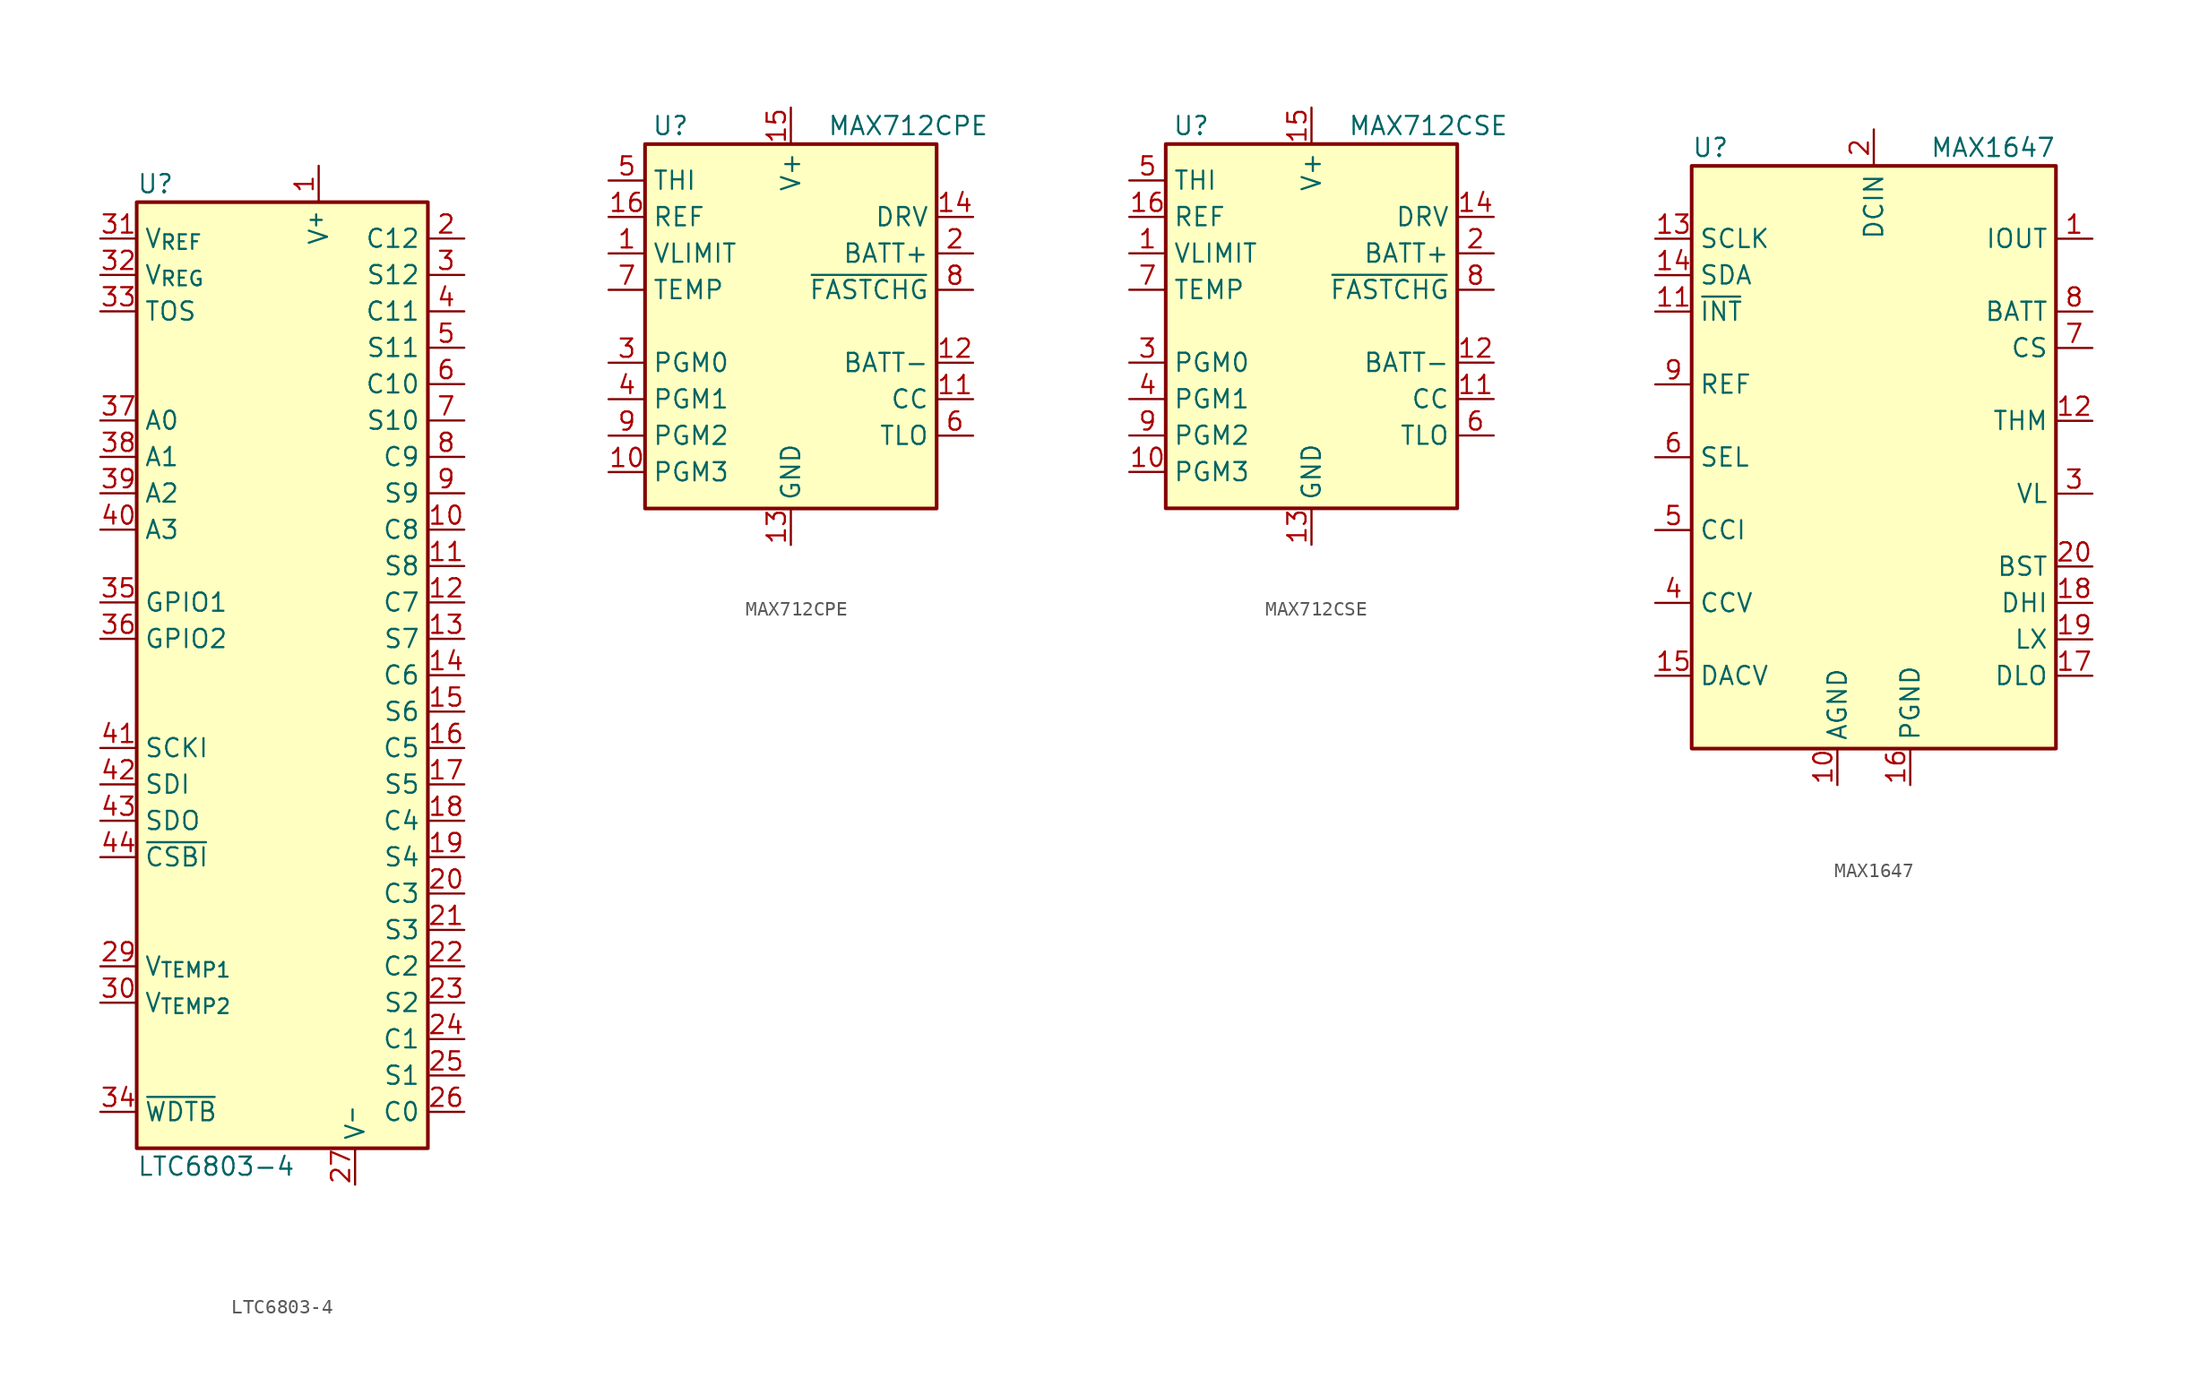
<source format=kicad_sym>
(kicad_symbol_lib
  (version 20241209)
  (generator "kicad_symbol_editor")
  (generator_version "9.0")
  (symbol "LTC6803-4"
    (property "Reference" "U"
      (at -10.16 34.29 0)
      (effects (font (size 1.27 1.27)) (justify left)))
    (property "Value" "LTC6803-4"
      (at -10.16 -34.29 0)
      (effects (font (size 1.27 1.27)) (justify left)))
    (symbol "LTC6803-4_0_1"
      (rectangle (start 10.16 -33.02) (end -10.16 33.02) (stroke (width 0.254) (type default)) (fill (type background))))
    (symbol "LTC6803-4_1_1"
      (pin input line (at -12.7 30.48 0) (length 2.54) (name "V_{REF}" (effects (font (size 1.27 1.27)))) (number "31" (effects (font (size 1.27 1.27)))))
      (pin input line (at -12.7 27.94 0) (length 2.54) (name "V_{REG}" (effects (font (size 1.27 1.27)))) (number "32" (effects (font (size 1.27 1.27)))))
      (pin input line (at -12.7 25.4 0) (length 2.54) (name "TOS" (effects (font (size 1.27 1.27)))) (number "33" (effects (font (size 1.27 1.27)))))
      (pin input line (at -12.7 17.78 0) (length 2.54) (name "A0" (effects (font (size 1.27 1.27)))) (number "37" (effects (font (size 1.27 1.27)))))
      (pin input line (at -12.7 15.24 0) (length 2.54) (name "A1" (effects (font (size 1.27 1.27)))) (number "38" (effects (font (size 1.27 1.27)))))
      (pin input line (at -12.7 12.7 0) (length 2.54) (name "A2" (effects (font (size 1.27 1.27)))) (number "39" (effects (font (size 1.27 1.27)))))
      (pin input line (at -12.7 10.16 0) (length 2.54) (name "A3" (effects (font (size 1.27 1.27)))) (number "40" (effects (font (size 1.27 1.27)))))
      (pin input line (at -12.7 5.08 0) (length 2.54) (name "GPIO1" (effects (font (size 1.27 1.27)))) (number "35" (effects (font (size 1.27 1.27)))))
      (pin input line (at -12.7 2.54 0) (length 2.54) (name "GPIO2" (effects (font (size 1.27 1.27)))) (number "36" (effects (font (size 1.27 1.27)))))
      (pin input line (at -12.7 -5.08 0) (length 2.54) (name "SCKI" (effects (font (size 1.27 1.27)))) (number "41" (effects (font (size 1.27 1.27)))))
      (pin input line (at -12.7 -7.62 0) (length 2.54) (name "SDI" (effects (font (size 1.27 1.27)))) (number "42" (effects (font (size 1.27 1.27)))))
      (pin open_collector line (at -12.7 -10.16 0) (length 2.54) (name "SDO" (effects (font (size 1.27 1.27)))) (number "43" (effects (font (size 1.27 1.27)))))
      (pin input line (at -12.7 -12.7 0) (length 2.54) (name "~{CSBI}" (effects (font (size 1.27 1.27)))) (number "44" (effects (font (size 1.27 1.27)))))
      (pin input line (at -12.7 -20.32 0) (length 2.54) (name "V_{TEMP1}" (effects (font (size 1.27 1.27)))) (number "29" (effects (font (size 1.27 1.27)))))
      (pin input line (at -12.7 -22.86 0) (length 2.54) (name "V_{TEMP2}" (effects (font (size 1.27 1.27)))) (number "30" (effects (font (size 1.27 1.27)))))
      (pin open_collector line (at -12.7 -30.48 0) (length 2.54) (name "~{WDTB}" (effects (font (size 1.27 1.27)))) (number "34" (effects (font (size 1.27 1.27)))))
      (pin no_connect line (at 0 33.02 270) (length 2.54) (hide yes) (name "NC" (effects (font (size 1.27 1.27)))) (number "28" (effects (font (size 1.27 1.27)))))
      (pin input line (at 2.54 35.56 270) (length 2.54) (name "V^{+}" (effects (font (size 1.27 1.27)))) (number "1" (effects (font (size 1.27 1.27)))))
      (pin input line (at 5.08 -35.56 90) (length 2.54) (name "V^{-}" (effects (font (size 1.27 1.27)))) (number "27" (effects (font (size 1.27 1.27)))))
      (pin input line (at 12.7 30.48 180) (length 2.54) (name "C12" (effects (font (size 1.27 1.27)))) (number "2" (effects (font (size 1.27 1.27)))))
      (pin input line (at 12.7 27.94 180) (length 2.54) (name "S12" (effects (font (size 1.27 1.27)))) (number "3" (effects (font (size 1.27 1.27)))))
      (pin input line (at 12.7 25.4 180) (length 2.54) (name "C11" (effects (font (size 1.27 1.27)))) (number "4" (effects (font (size 1.27 1.27)))))
      (pin input line (at 12.7 22.86 180) (length 2.54) (name "S11" (effects (font (size 1.27 1.27)))) (number "5" (effects (font (size 1.27 1.27)))))
      (pin input line (at 12.7 20.32 180) (length 2.54) (name "C10" (effects (font (size 1.27 1.27)))) (number "6" (effects (font (size 1.27 1.27)))))
      (pin input line (at 12.7 17.78 180) (length 2.54) (name "S10" (effects (font (size 1.27 1.27)))) (number "7" (effects (font (size 1.27 1.27)))))
      (pin input line (at 12.7 15.24 180) (length 2.54) (name "C9" (effects (font (size 1.27 1.27)))) (number "8" (effects (font (size 1.27 1.27)))))
      (pin input line (at 12.7 12.7 180) (length 2.54) (name "S9" (effects (font (size 1.27 1.27)))) (number "9" (effects (font (size 1.27 1.27)))))
      (pin input line (at 12.7 10.16 180) (length 2.54) (name "C8" (effects (font (size 1.27 1.27)))) (number "10" (effects (font (size 1.27 1.27)))))
      (pin input line (at 12.7 7.62 180) (length 2.54) (name "S8" (effects (font (size 1.27 1.27)))) (number "11" (effects (font (size 1.27 1.27)))))
      (pin input line (at 12.7 5.08 180) (length 2.54) (name "C7" (effects (font (size 1.27 1.27)))) (number "12" (effects (font (size 1.27 1.27)))))
      (pin input line (at 12.7 2.54 180) (length 2.54) (name "S7" (effects (font (size 1.27 1.27)))) (number "13" (effects (font (size 1.27 1.27)))))
      (pin input line (at 12.7 0 180) (length 2.54) (name "C6" (effects (font (size 1.27 1.27)))) (number "14" (effects (font (size 1.27 1.27)))))
      (pin input line (at 12.7 -2.54 180) (length 2.54) (name "S6" (effects (font (size 1.27 1.27)))) (number "15" (effects (font (size 1.27 1.27)))))
      (pin input line (at 12.7 -5.08 180) (length 2.54) (name "C5" (effects (font (size 1.27 1.27)))) (number "16" (effects (font (size 1.27 1.27)))))
      (pin input line (at 12.7 -7.62 180) (length 2.54) (name "S5" (effects (font (size 1.27 1.27)))) (number "17" (effects (font (size 1.27 1.27)))))
      (pin input line (at 12.7 -10.16 180) (length 2.54) (name "C4" (effects (font (size 1.27 1.27)))) (number "18" (effects (font (size 1.27 1.27)))))
      (pin input line (at 12.7 -12.7 180) (length 2.54) (name "S4" (effects (font (size 1.27 1.27)))) (number "19" (effects (font (size 1.27 1.27)))))
      (pin input line (at 12.7 -15.24 180) (length 2.54) (name "C3" (effects (font (size 1.27 1.27)))) (number "20" (effects (font (size 1.27 1.27)))))
      (pin input line (at 12.7 -17.78 180) (length 2.54) (name "S3" (effects (font (size 1.27 1.27)))) (number "21" (effects (font (size 1.27 1.27)))))
      (pin input line (at 12.7 -20.32 180) (length 2.54) (name "C2" (effects (font (size 1.27 1.27)))) (number "22" (effects (font (size 1.27 1.27)))))
      (pin input line (at 12.7 -22.86 180) (length 2.54) (name "S2" (effects (font (size 1.27 1.27)))) (number "23" (effects (font (size 1.27 1.27)))))
      (pin input line (at 12.7 -25.4 180) (length 2.54) (name "C1" (effects (font (size 1.27 1.27)))) (number "24" (effects (font (size 1.27 1.27)))))
      (pin input line (at 12.7 -27.94 180) (length 2.54) (name "S1" (effects (font (size 1.27 1.27)))) (number "25" (effects (font (size 1.27 1.27)))))
      (pin input line (at 12.7 -30.48 180) (length 2.54) (name "C0" (effects (font (size 1.27 1.27)))) (number "26" (effects (font (size 1.27 1.27)))))))
  (symbol "MAX712CPE"
    (property "Reference" "U"
      (at -8.382 13.97 0)
      (effects (font (size 1.27 1.27))))
    (property "Value" "MAX712CPE"
      (at 2.54 13.97 0)
      (effects (font (size 1.27 1.27)) (justify left)))
    (symbol "MAX712CPE_0_1"
      (rectangle (start -10.16 12.7) (end 10.16 -12.7) (stroke (width 0.254) (type default)) (fill (type background))))
    (symbol "MAX712CPE_1_1"
      (pin input line (at -12.7 10.16 0) (length 2.54) (name "THI" (effects (font (size 1.27 1.27)))) (number "5" (effects (font (size 1.27 1.27)))))
      (pin power_in line (at -12.7 7.62 0) (length 2.54) (name "REF" (effects (font (size 1.27 1.27)))) (number "16" (effects (font (size 1.27 1.27)))))
      (pin input line (at -12.7 5.08 0) (length 2.54) (name "VLIMIT" (effects (font (size 1.27 1.27)))) (number "1" (effects (font (size 1.27 1.27)))))
      (pin input line (at -12.7 2.54 0) (length 2.54) (name "TEMP" (effects (font (size 1.27 1.27)))) (number "7" (effects (font (size 1.27 1.27)))))
      (pin input line (at -12.7 -2.54 0) (length 2.54) (name "PGM0" (effects (font (size 1.27 1.27)))) (number "3" (effects (font (size 1.27 1.27)))))
      (pin input line (at -12.7 -5.08 0) (length 2.54) (name "PGM1" (effects (font (size 1.27 1.27)))) (number "4" (effects (font (size 1.27 1.27)))))
      (pin input line (at -12.7 -7.62 0) (length 2.54) (name "PGM2" (effects (font (size 1.27 1.27)))) (number "9" (effects (font (size 1.27 1.27)))))
      (pin input line (at -12.7 -10.16 0) (length 2.54) (name "PGM3" (effects (font (size 1.27 1.27)))) (number "10" (effects (font (size 1.27 1.27)))))
      (pin power_in line (at 0 15.24 270) (length 2.54) (name "V+" (effects (font (size 1.27 1.27)))) (number "15" (effects (font (size 1.27 1.27)))))
      (pin power_in line (at 0 -15.24 90) (length 2.54) (name "GND" (effects (font (size 1.27 1.27)))) (number "13" (effects (font (size 1.27 1.27)))))
      (pin output line (at 12.7 7.62 180) (length 2.54) (name "DRV" (effects (font (size 1.27 1.27)))) (number "14" (effects (font (size 1.27 1.27)))))
      (pin input line (at 12.7 5.08 180) (length 2.54) (name "BATT+" (effects (font (size 1.27 1.27)))) (number "2" (effects (font (size 1.27 1.27)))))
      (pin open_collector line (at 12.7 2.54 180) (length 2.54) (name "~{FASTCHG}" (effects (font (size 1.27 1.27)))) (number "8" (effects (font (size 1.27 1.27)))))
      (pin input line (at 12.7 -2.54 180) (length 2.54) (name "BATT-" (effects (font (size 1.27 1.27)))) (number "12" (effects (font (size 1.27 1.27)))))
      (pin input line (at 12.7 -5.08 180) (length 2.54) (name "CC" (effects (font (size 1.27 1.27)))) (number "11" (effects (font (size 1.27 1.27)))))
      (pin input line (at 12.7 -7.62 180) (length 2.54) (name "TLO" (effects (font (size 1.27 1.27)))) (number "6" (effects (font (size 1.27 1.27)))))))
  (symbol "MAX712CSE"
    (property "Reference" "U"
      (at -8.382 13.97 0)
      (effects (font (size 1.27 1.27))))
    (property "Value" "MAX712CSE"
      (at 2.54 13.97 0)
      (effects (font (size 1.27 1.27)) (justify left)))
    (symbol "MAX712CSE_0_1"
      (rectangle (start -10.16 12.7) (end 10.16 -12.7) (stroke (width 0.254) (type default)) (fill (type background))))
    (symbol "MAX712CSE_1_1"
      (pin input line (at -12.7 10.16 0) (length 2.54) (name "THI" (effects (font (size 1.27 1.27)))) (number "5" (effects (font (size 1.27 1.27)))))
      (pin power_in line (at -12.7 7.62 0) (length 2.54) (name "REF" (effects (font (size 1.27 1.27)))) (number "16" (effects (font (size 1.27 1.27)))))
      (pin input line (at -12.7 5.08 0) (length 2.54) (name "VLIMIT" (effects (font (size 1.27 1.27)))) (number "1" (effects (font (size 1.27 1.27)))))
      (pin input line (at -12.7 2.54 0) (length 2.54) (name "TEMP" (effects (font (size 1.27 1.27)))) (number "7" (effects (font (size 1.27 1.27)))))
      (pin power_out line (at -12.7 -2.54 0) (length 2.54) (name "PGM0" (effects (font (size 1.27 1.27)))) (number "3" (effects (font (size 1.27 1.27)))))
      (pin power_out line (at -12.7 -5.08 0) (length 2.54) (name "PGM1" (effects (font (size 1.27 1.27)))) (number "4" (effects (font (size 1.27 1.27)))))
      (pin input line (at -12.7 -7.62 0) (length 2.54) (name "PGM2" (effects (font (size 1.27 1.27)))) (number "9" (effects (font (size 1.27 1.27)))))
      (pin input line (at -12.7 -10.16 0) (length 2.54) (name "PGM3" (effects (font (size 1.27 1.27)))) (number "10" (effects (font (size 1.27 1.27)))))
      (pin power_in line (at 0 15.24 270) (length 2.54) (name "V+" (effects (font (size 1.27 1.27)))) (number "15" (effects (font (size 1.27 1.27)))))
      (pin power_in line (at 0 -15.24 90) (length 2.54) (name "GND" (effects (font (size 1.27 1.27)))) (number "13" (effects (font (size 1.27 1.27)))))
      (pin output line (at 12.7 7.62 180) (length 2.54) (name "DRV" (effects (font (size 1.27 1.27)))) (number "14" (effects (font (size 1.27 1.27)))))
      (pin power_out line (at 12.7 5.08 180) (length 2.54) (name "BATT+" (effects (font (size 1.27 1.27)))) (number "2" (effects (font (size 1.27 1.27)))))
      (pin open_collector line (at 12.7 2.54 180) (length 2.54) (name "~{FASTCHG}" (effects (font (size 1.27 1.27)))) (number "8" (effects (font (size 1.27 1.27)))))
      (pin input line (at 12.7 -2.54 180) (length 2.54) (name "BATT-" (effects (font (size 1.27 1.27)))) (number "12" (effects (font (size 1.27 1.27)))))
      (pin input line (at 12.7 -5.08 180) (length 2.54) (name "CC" (effects (font (size 1.27 1.27)))) (number "11" (effects (font (size 1.27 1.27)))))
      (pin input line (at 12.7 -7.62 180) (length 2.54) (name "TLO" (effects (font (size 1.27 1.27)))) (number "6" (effects (font (size 1.27 1.27)))))))
  (symbol "MAX1647"
    (property "Reference" "U"
      (at -12.7 21.59 0)
      (effects (font (size 1.27 1.27)) (justify left)))
    (property "Value" "MAX1647"
      (at 12.7 21.59 0)
      (effects (font (size 1.27 1.27)) (justify right)))
    (symbol "MAX1647_0_1"
      (rectangle (start -12.7 20.32) (end 12.7 -20.32) (stroke (width 0.254) (type default)) (fill (type background))))
    (symbol "MAX1647_1_1"
      (pin input line (at -15.24 15.24 0) (length 2.54) (name "SCLK" (effects (font (size 1.27 1.27)))) (number "13" (effects (font (size 1.27 1.27)))))
      (pin bidirectional line (at -15.24 12.7 0) (length 2.54) (name "SDA" (effects (font (size 1.27 1.27)))) (number "14" (effects (font (size 1.27 1.27)))))
      (pin open_collector line (at -15.24 10.16 0) (length 2.54) (name "~{INT}" (effects (font (size 1.27 1.27)))) (number "11" (effects (font (size 1.27 1.27)))))
      (pin bidirectional line (at -15.24 5.08 0) (length 2.54) (name "REF" (effects (font (size 1.27 1.27)))) (number "9" (effects (font (size 1.27 1.27)))))
      (pin input line (at -15.24 0 0) (length 2.54) (name "SEL" (effects (font (size 1.27 1.27)))) (number "6" (effects (font (size 1.27 1.27)))))
      (pin passive line (at -15.24 -5.08 0) (length 2.54) (name "CCI" (effects (font (size 1.27 1.27)))) (number "5" (effects (font (size 1.27 1.27)))))
      (pin passive line (at -15.24 -10.16 0) (length 2.54) (name "CCV" (effects (font (size 1.27 1.27)))) (number "4" (effects (font (size 1.27 1.27)))))
      (pin output line (at -15.24 -15.24 0) (length 2.54) (name "DACV" (effects (font (size 1.27 1.27)))) (number "15" (effects (font (size 1.27 1.27)))))
      (pin power_in line (at -2.54 -22.86 90) (length 2.54) (name "AGND" (effects (font (size 1.27 1.27)))) (number "10" (effects (font (size 1.27 1.27)))))
      (pin power_in line (at 0 22.86 270) (length 2.54) (name "DCIN" (effects (font (size 1.27 1.27)))) (number "2" (effects (font (size 1.27 1.27)))))
      (pin power_in line (at 2.54 -22.86 90) (length 2.54) (name "PGND" (effects (font (size 1.27 1.27)))) (number "16" (effects (font (size 1.27 1.27)))))
      (pin output line (at 15.24 15.24 180) (length 2.54) (name "IOUT" (effects (font (size 1.27 1.27)))) (number "1" (effects (font (size 1.27 1.27)))))
      (pin input line (at 15.24 10.16 180) (length 2.54) (name "BATT" (effects (font (size 1.27 1.27)))) (number "8" (effects (font (size 1.27 1.27)))))
      (pin input line (at 15.24 7.62 180) (length 2.54) (name "CS" (effects (font (size 1.27 1.27)))) (number "7" (effects (font (size 1.27 1.27)))))
      (pin input line (at 15.24 2.54 180) (length 2.54) (name "THM" (effects (font (size 1.27 1.27)))) (number "12" (effects (font (size 1.27 1.27)))))
      (pin power_out line (at 15.24 -2.54 180) (length 2.54) (name "VL" (effects (font (size 1.27 1.27)))) (number "3" (effects (font (size 1.27 1.27)))))
      (pin power_in line (at 15.24 -7.62 180) (length 2.54) (name "BST" (effects (font (size 1.27 1.27)))) (number "20" (effects (font (size 1.27 1.27)))))
      (pin output line (at 15.24 -10.16 180) (length 2.54) (name "DHI" (effects (font (size 1.27 1.27)))) (number "18" (effects (font (size 1.27 1.27)))))
      (pin input line (at 15.24 -12.7 180) (length 2.54) (name "LX" (effects (font (size 1.27 1.27)))) (number "19" (effects (font (size 1.27 1.27)))))
      (pin output line (at 15.24 -15.24 180) (length 2.54) (name "DLO" (effects (font (size 1.27 1.27)))) (number "17" (effects (font (size 1.27 1.27))))))))
</source>
